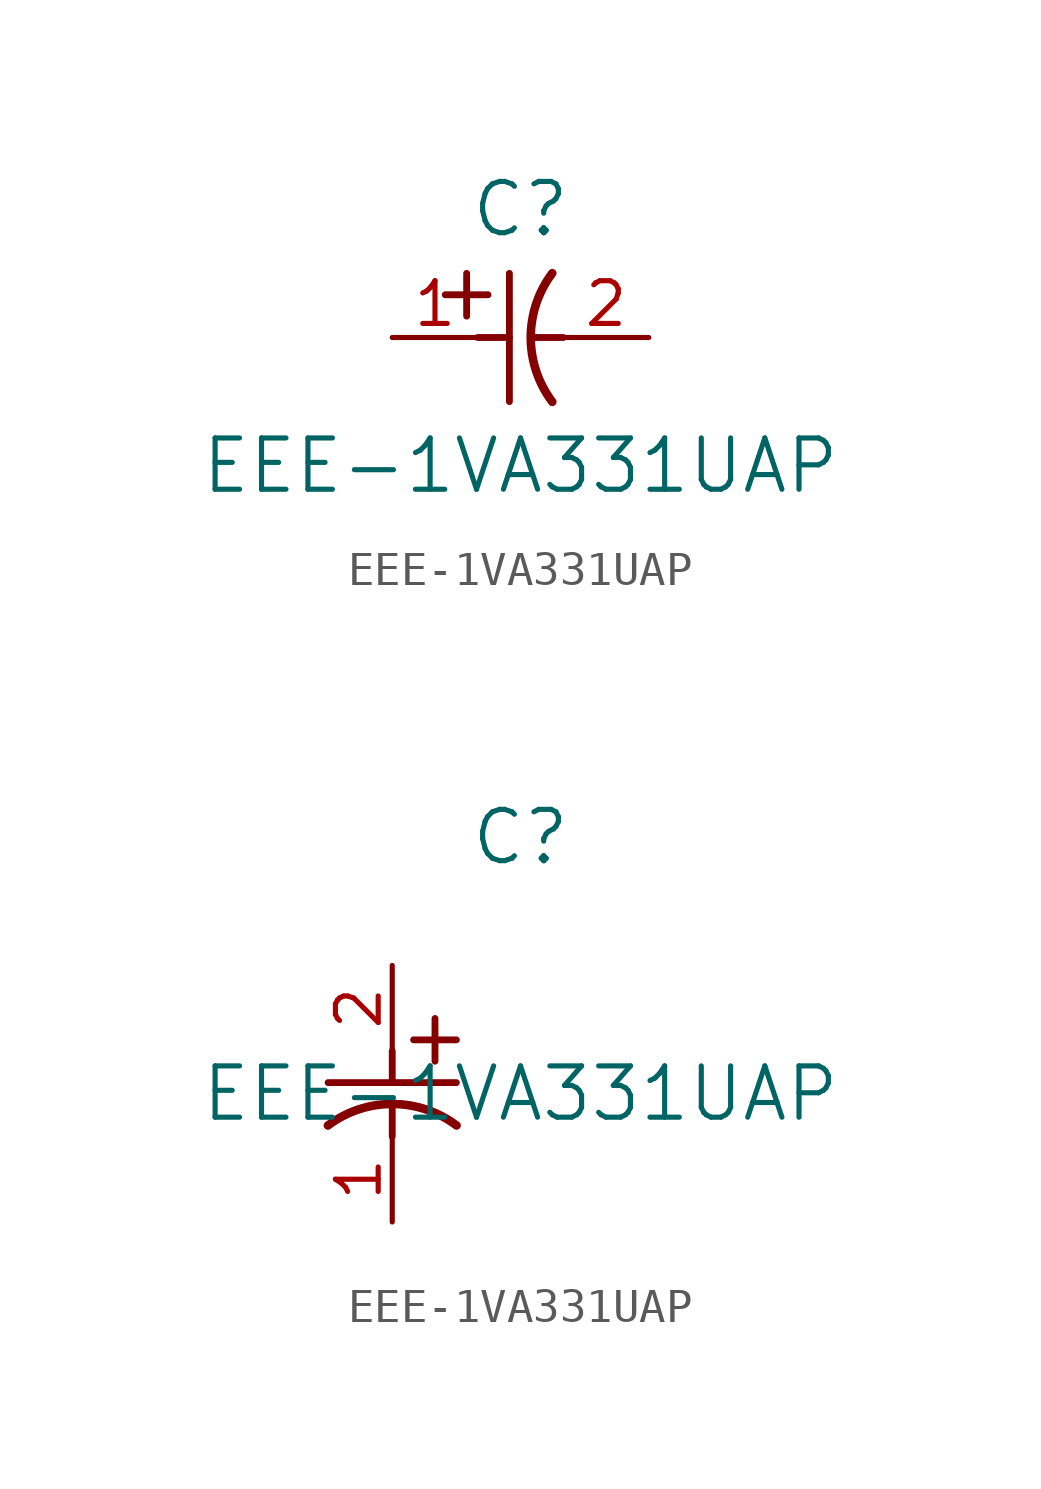
<source format=kicad_sym>
(kicad_symbol_lib
  (version 20211014)
  (generator kicad_symbol_editor)
  (symbol "EEE-1VA331UAP"
    (pin_names
      (offset 0.254))
    (property "Reference" "C"
      (at 3.81 3.81 0)
      (effects (font (size 1.524 1.524))))
    (property "Value" "EEE-1VA331UAP"
      (at 3.81 -3.81 0)
      (effects (font (size 1.524 1.524))))
    (symbol "EEE-1VA331UAP_1_1"
      (polyline (pts (xy 2.21 0.635) (xy 2.21 1.905)) (stroke (width 0.203) (type default) (color 0 0 0 0)) (fill (type none)))
      (arc (start 4.754132 1.910763) (mid 4.1148 0) (end 4.754132 -1.910763) (stroke (width 0.254) (type default) (color 0 0 0 0)) (fill (type none)))
      (polyline (pts (xy 4.115 0) (xy 5.08 0)) (stroke (width 0.203) (type default) (color 0 0 0 0)) (fill (type none)))
      (polyline (pts (xy 3.48 -1.905) (xy 3.48 1.905)) (stroke (width 0.203) (type default) (color 0 0 0 0)) (fill (type none)))
      (polyline (pts (xy 1.575 1.27) (xy 2.845 1.27)) (stroke (width 0.203) (type default) (color 0 0 0 0)) (fill (type none)))
      (polyline (pts (xy 2.54 0) (xy 3.48 0)) (stroke (width 0.203) (type default) (color 0 0 0 0)) (fill (type none)))
      (pin unspecified line (at 0 0 0) (length 2.54) (name "" (effects (font (size 1.27 1.27)))) (number "1" (effects (font (size 1.27 1.27)))))
      (pin unspecified line (at 7.62 0 180) (length 2.54) (name "" (effects (font (size 1.27 1.27)))) (number "2" (effects (font (size 1.27 1.27))))))
    (symbol "EEE-1VA331UAP_1_2"
      (polyline (pts (xy 0 -2.54) (xy 0 -3.48)) (stroke (width 0.203) (type default) (color 0 0 0 0)) (fill (type none)))
      (arc (start 1.910763 -4.754132) (mid 0 -4.1148) (end -1.910763 -4.754132) (stroke (width 0.254) (type default) (color 0 0 0 0)) (fill (type none)))
      (polyline (pts (xy -1.905 -3.48) (xy 1.905 -3.48)) (stroke (width 0.203) (type default) (color 0 0 0 0)) (fill (type none)))
      (polyline (pts (xy 0.635 -2.21) (xy 1.905 -2.21)) (stroke (width 0.203) (type default) (color 0 0 0 0)) (fill (type none)))
      (polyline (pts (xy 1.27 -1.575) (xy 1.27 -2.845)) (stroke (width 0.203) (type default) (color 0 0 0 0)) (fill (type none)))
      (polyline (pts (xy 0 -4.115) (xy 0 -5.08)) (stroke (width 0.203) (type default) (color 0 0 0 0)) (fill (type none)))
      (pin unspecified line (at 0 -7.62 90) (length 2.54) (name "" (effects (font (size 1.27 1.27)))) (number "1" (effects (font (size 1.27 1.27)))))
      (pin unspecified line (at 0 0 270) (length 2.54) (name "" (effects (font (size 1.27 1.27)))) (number "2" (effects (font (size 1.27 1.27))))))))
</source>
